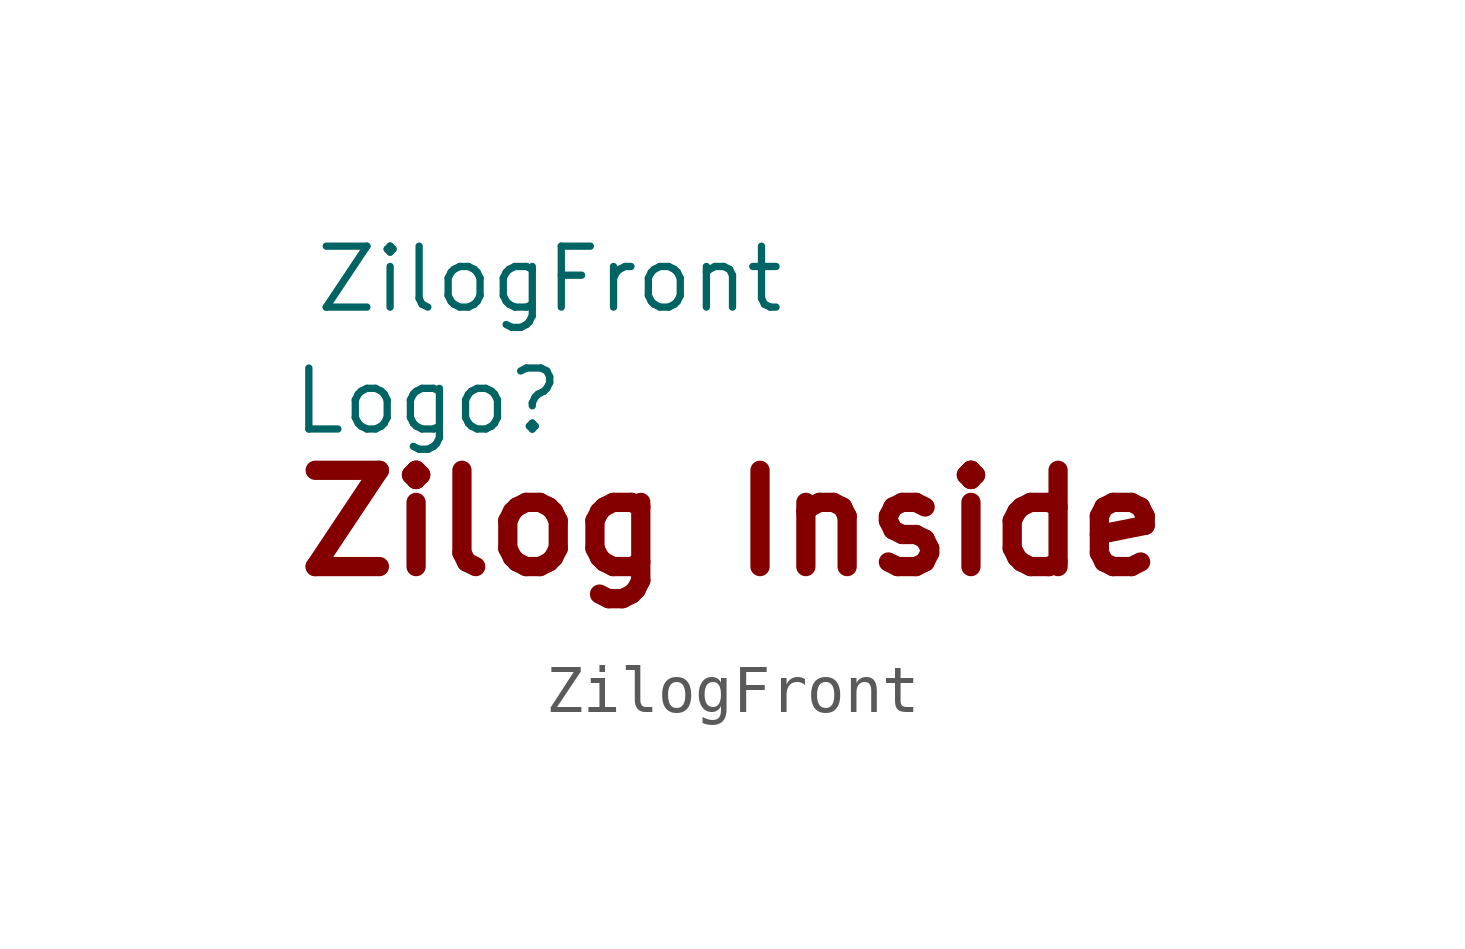
<source format=kicad_sym>
(kicad_symbol_lib
  (version 20211014)
  (generator kicad_symbol_editor)
  (symbol "ZilogFront"
    (pin_names
      (offset 1.016))
    (property "Reference" "Logo"
      (at 2.54 1.27 0)
      (effects (font (size 1.27 1.27))))
    (property "Value" "ZilogFront"
      (at 5.08 3.81 0)
      (effects (font (size 1.27 1.27))))
    (symbol "ZilogFront_0_0"
      (text "Zilog Inside" (at 8.89 -1.27 0) (effects (font (size 2.007 2.007) bold))))))
</source>
